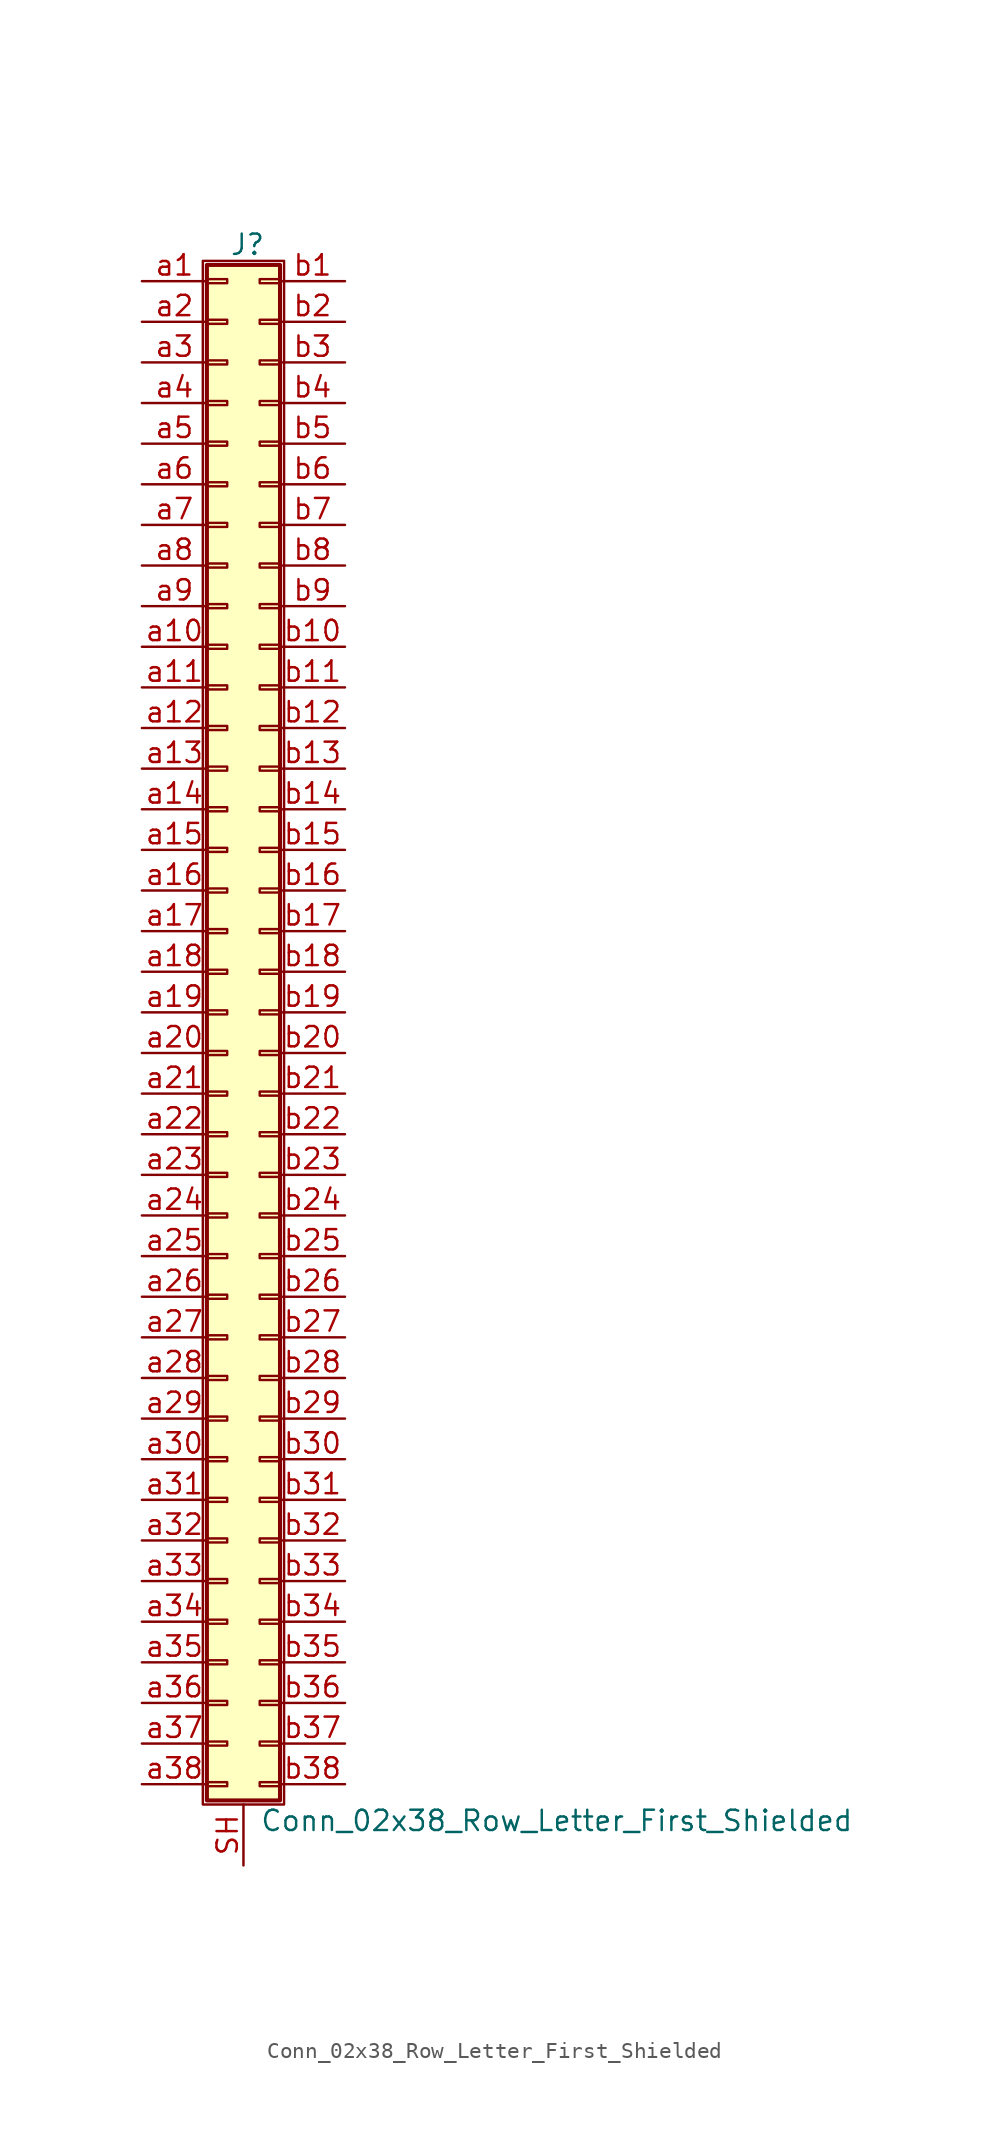
<source format=kicad_sym>
(kicad_symbol_lib
  (version 20201005)
  (generator kicad_symbol_editor)
  (symbol "Conn_02x38_Row_Letter_First_Shielded"
    (pin_names
      (offset 1.016) hide)
    (property "Reference" "J"
      (at 1.524 48.006 0)
      (effects (font (size 1.27 1.27))))
    (property "Value" "Conn_02x38_Row_Letter_First_Shielded"
      (at 2.286 -50.546 0)
      (effects (font (size 1.27 1.27)) (justify left)))
    (symbol "Conn_02x38_Row_Letter_First_Shielded_1_1"
      (rectangle (start -1.27 46.99) (end 3.81 -49.53) (stroke (width 0.152)) (fill (type none)))
      (rectangle (start -1.016 -48.133) (end 0.254 -48.387) (stroke (width 0.152)) (fill (type none)))
      (rectangle (start -1.016 -45.593) (end 0.254 -45.847) (stroke (width 0.152)) (fill (type none)))
      (rectangle (start -1.016 -43.053) (end 0.254 -43.307) (stroke (width 0.152)) (fill (type none)))
      (rectangle (start -1.016 -40.513) (end 0.254 -40.767) (stroke (width 0.152)) (fill (type none)))
      (rectangle (start -1.016 -37.973) (end 0.254 -38.227) (stroke (width 0.152)) (fill (type none)))
      (rectangle (start -1.016 -35.433) (end 0.254 -35.687) (stroke (width 0.152)) (fill (type none)))
      (rectangle (start -1.016 -32.893) (end 0.254 -33.147) (stroke (width 0.152)) (fill (type none)))
      (rectangle (start -1.016 -30.353) (end 0.254 -30.607) (stroke (width 0.152)) (fill (type none)))
      (rectangle (start -1.016 -27.813) (end 0.254 -28.067) (stroke (width 0.152)) (fill (type none)))
      (rectangle (start -1.016 -25.273) (end 0.254 -25.527) (stroke (width 0.152)) (fill (type none)))
      (rectangle (start -1.016 -22.733) (end 0.254 -22.987) (stroke (width 0.152)) (fill (type none)))
      (rectangle (start -1.016 -20.193) (end 0.254 -20.447) (stroke (width 0.152)) (fill (type none)))
      (rectangle (start -1.016 -17.653) (end 0.254 -17.907) (stroke (width 0.152)) (fill (type none)))
      (rectangle (start -1.016 -15.113) (end 0.254 -15.367) (stroke (width 0.152)) (fill (type none)))
      (rectangle (start -1.016 -12.573) (end 0.254 -12.827) (stroke (width 0.152)) (fill (type none)))
      (rectangle (start -1.016 -10.033) (end 0.254 -10.287) (stroke (width 0.152)) (fill (type none)))
      (rectangle (start -1.016 -7.493) (end 0.254 -7.747) (stroke (width 0.152)) (fill (type none)))
      (rectangle (start -1.016 -4.953) (end 0.254 -5.207) (stroke (width 0.152)) (fill (type none)))
      (rectangle (start -1.016 -2.413) (end 0.254 -2.667) (stroke (width 0.152)) (fill (type none)))
      (rectangle (start -1.016 0.127) (end 0.254 -0.127) (stroke (width 0.152)) (fill (type none)))
      (rectangle (start -1.016 2.667) (end 0.254 2.413) (stroke (width 0.152)) (fill (type none)))
      (rectangle (start -1.016 5.207) (end 0.254 4.953) (stroke (width 0.152)) (fill (type none)))
      (rectangle (start -1.016 7.747) (end 0.254 7.493) (stroke (width 0.152)) (fill (type none)))
      (rectangle (start -1.016 10.287) (end 0.254 10.033) (stroke (width 0.152)) (fill (type none)))
      (rectangle (start -1.016 12.827) (end 0.254 12.573) (stroke (width 0.152)) (fill (type none)))
      (rectangle (start -1.016 15.367) (end 0.254 15.113) (stroke (width 0.152)) (fill (type none)))
      (rectangle (start -1.016 17.907) (end 0.254 17.653) (stroke (width 0.152)) (fill (type none)))
      (rectangle (start -1.016 20.447) (end 0.254 20.193) (stroke (width 0.152)) (fill (type none)))
      (rectangle (start -1.016 22.987) (end 0.254 22.733) (stroke (width 0.152)) (fill (type none)))
      (rectangle (start -1.016 25.527) (end 0.254 25.273) (stroke (width 0.152)) (fill (type none)))
      (rectangle (start -1.016 28.067) (end 0.254 27.813) (stroke (width 0.152)) (fill (type none)))
      (rectangle (start -1.016 30.607) (end 0.254 30.353) (stroke (width 0.152)) (fill (type none)))
      (rectangle (start -1.016 33.147) (end 0.254 32.893) (stroke (width 0.152)) (fill (type none)))
      (rectangle (start -1.016 35.687) (end 0.254 35.433) (stroke (width 0.152)) (fill (type none)))
      (rectangle (start -1.016 38.227) (end 0.254 37.973) (stroke (width 0.152)) (fill (type none)))
      (rectangle (start -1.016 40.767) (end 0.254 40.513) (stroke (width 0.152)) (fill (type none)))
      (rectangle (start -1.016 43.307) (end 0.254 43.053) (stroke (width 0.152)) (fill (type none)))
      (rectangle (start -1.016 45.847) (end 0.254 45.593) (stroke (width 0.152)) (fill (type none)))
      (rectangle (start 3.556 -48.133) (end 2.286 -48.387) (stroke (width 0.152)) (fill (type none)))
      (rectangle (start 3.556 -45.593) (end 2.286 -45.847) (stroke (width 0.152)) (fill (type none)))
      (rectangle (start 3.556 -43.053) (end 2.286 -43.307) (stroke (width 0.152)) (fill (type none)))
      (rectangle (start 3.556 -40.513) (end 2.286 -40.767) (stroke (width 0.152)) (fill (type none)))
      (rectangle (start 3.556 -37.973) (end 2.286 -38.227) (stroke (width 0.152)) (fill (type none)))
      (rectangle (start 3.556 -35.433) (end 2.286 -35.687) (stroke (width 0.152)) (fill (type none)))
      (rectangle (start 3.556 -32.893) (end 2.286 -33.147) (stroke (width 0.152)) (fill (type none)))
      (rectangle (start 3.556 -30.353) (end 2.286 -30.607) (stroke (width 0.152)) (fill (type none)))
      (rectangle (start 3.556 -27.813) (end 2.286 -28.067) (stroke (width 0.152)) (fill (type none)))
      (rectangle (start 3.556 -25.273) (end 2.286 -25.527) (stroke (width 0.152)) (fill (type none)))
      (rectangle (start 3.556 -22.733) (end 2.286 -22.987) (stroke (width 0.152)) (fill (type none)))
      (rectangle (start 3.556 -20.193) (end 2.286 -20.447) (stroke (width 0.152)) (fill (type none)))
      (rectangle (start 3.556 -17.653) (end 2.286 -17.907) (stroke (width 0.152)) (fill (type none)))
      (rectangle (start 3.556 -15.113) (end 2.286 -15.367) (stroke (width 0.152)) (fill (type none)))
      (rectangle (start 3.556 -12.573) (end 2.286 -12.827) (stroke (width 0.152)) (fill (type none)))
      (rectangle (start 3.556 -10.033) (end 2.286 -10.287) (stroke (width 0.152)) (fill (type none)))
      (rectangle (start 3.556 -7.493) (end 2.286 -7.747) (stroke (width 0.152)) (fill (type none)))
      (rectangle (start 3.556 -4.953) (end 2.286 -5.207) (stroke (width 0.152)) (fill (type none)))
      (rectangle (start 3.556 -2.413) (end 2.286 -2.667) (stroke (width 0.152)) (fill (type none)))
      (rectangle (start 3.556 0.127) (end 2.286 -0.127) (stroke (width 0.152)) (fill (type none)))
      (rectangle (start 3.556 2.667) (end 2.286 2.413) (stroke (width 0.152)) (fill (type none)))
      (rectangle (start 3.556 5.207) (end 2.286 4.953) (stroke (width 0.152)) (fill (type none)))
      (rectangle (start 3.556 7.747) (end 2.286 7.493) (stroke (width 0.152)) (fill (type none)))
      (rectangle (start 3.556 10.287) (end 2.286 10.033) (stroke (width 0.152)) (fill (type none)))
      (rectangle (start 3.556 12.827) (end 2.286 12.573) (stroke (width 0.152)) (fill (type none)))
      (rectangle (start 3.556 15.367) (end 2.286 15.113) (stroke (width 0.152)) (fill (type none)))
      (rectangle (start 3.556 17.907) (end 2.286 17.653) (stroke (width 0.152)) (fill (type none)))
      (rectangle (start 3.556 20.447) (end 2.286 20.193) (stroke (width 0.152)) (fill (type none)))
      (rectangle (start 3.556 22.987) (end 2.286 22.733) (stroke (width 0.152)) (fill (type none)))
      (rectangle (start 3.556 25.527) (end 2.286 25.273) (stroke (width 0.152)) (fill (type none)))
      (rectangle (start 3.556 28.067) (end 2.286 27.813) (stroke (width 0.152)) (fill (type none)))
      (rectangle (start 3.556 30.607) (end 2.286 30.353) (stroke (width 0.152)) (fill (type none)))
      (rectangle (start 3.556 33.147) (end 2.286 32.893) (stroke (width 0.152)) (fill (type none)))
      (rectangle (start 3.556 35.687) (end 2.286 35.433) (stroke (width 0.152)) (fill (type none)))
      (rectangle (start 3.556 38.227) (end 2.286 37.973) (stroke (width 0.152)) (fill (type none)))
      (rectangle (start 3.556 40.767) (end 2.286 40.513) (stroke (width 0.152)) (fill (type none)))
      (rectangle (start 3.556 43.307) (end 2.286 43.053) (stroke (width 0.152)) (fill (type none)))
      (rectangle (start 3.556 45.847) (end 2.286 45.593) (stroke (width 0.152)) (fill (type none)))
      (rectangle (start -1.016 46.736) (end 3.556 -49.276) (stroke (width 0.254)) (fill (type background)))
      (pin passive line (at 1.27 -53.34 90) (length 3.81) (name "Shield" (effects (font (size 1.27 1.27)))) (number "SH" (effects (font (size 1.27 1.27)))))
      (pin passive line (at -5.08 45.72 0) (length 4.064) (name "Pin_a1" (effects (font (size 1.27 1.27)))) (number "a1" (effects (font (size 1.27 1.27)))))
      (pin passive line (at -5.08 22.86 0) (length 4.064) (name "Pin_a10" (effects (font (size 1.27 1.27)))) (number "a10" (effects (font (size 1.27 1.27)))))
      (pin passive line (at -5.08 20.32 0) (length 4.064) (name "Pin_a11" (effects (font (size 1.27 1.27)))) (number "a11" (effects (font (size 1.27 1.27)))))
      (pin passive line (at -5.08 17.78 0) (length 4.064) (name "Pin_a12" (effects (font (size 1.27 1.27)))) (number "a12" (effects (font (size 1.27 1.27)))))
      (pin passive line (at -5.08 15.24 0) (length 4.064) (name "Pin_a13" (effects (font (size 1.27 1.27)))) (number "a13" (effects (font (size 1.27 1.27)))))
      (pin passive line (at -5.08 12.7 0) (length 4.064) (name "Pin_a14" (effects (font (size 1.27 1.27)))) (number "a14" (effects (font (size 1.27 1.27)))))
      (pin passive line (at -5.08 10.16 0) (length 4.064) (name "Pin_a15" (effects (font (size 1.27 1.27)))) (number "a15" (effects (font (size 1.27 1.27)))))
      (pin passive line (at -5.08 7.62 0) (length 4.064) (name "Pin_a16" (effects (font (size 1.27 1.27)))) (number "a16" (effects (font (size 1.27 1.27)))))
      (pin passive line (at -5.08 5.08 0) (length 4.064) (name "Pin_a17" (effects (font (size 1.27 1.27)))) (number "a17" (effects (font (size 1.27 1.27)))))
      (pin passive line (at -5.08 2.54 0) (length 4.064) (name "Pin_a18" (effects (font (size 1.27 1.27)))) (number "a18" (effects (font (size 1.27 1.27)))))
      (pin passive line (at -5.08 0 0) (length 4.064) (name "Pin_a19" (effects (font (size 1.27 1.27)))) (number "a19" (effects (font (size 1.27 1.27)))))
      (pin passive line (at -5.08 43.18 0) (length 4.064) (name "Pin_a2" (effects (font (size 1.27 1.27)))) (number "a2" (effects (font (size 1.27 1.27)))))
      (pin passive line (at -5.08 -2.54 0) (length 4.064) (name "Pin_a20" (effects (font (size 1.27 1.27)))) (number "a20" (effects (font (size 1.27 1.27)))))
      (pin passive line (at -5.08 -5.08 0) (length 4.064) (name "Pin_a21" (effects (font (size 1.27 1.27)))) (number "a21" (effects (font (size 1.27 1.27)))))
      (pin passive line (at -5.08 -7.62 0) (length 4.064) (name "Pin_a22" (effects (font (size 1.27 1.27)))) (number "a22" (effects (font (size 1.27 1.27)))))
      (pin passive line (at -5.08 -10.16 0) (length 4.064) (name "Pin_a23" (effects (font (size 1.27 1.27)))) (number "a23" (effects (font (size 1.27 1.27)))))
      (pin passive line (at -5.08 -12.7 0) (length 4.064) (name "Pin_a24" (effects (font (size 1.27 1.27)))) (number "a24" (effects (font (size 1.27 1.27)))))
      (pin passive line (at -5.08 -15.24 0) (length 4.064) (name "Pin_a25" (effects (font (size 1.27 1.27)))) (number "a25" (effects (font (size 1.27 1.27)))))
      (pin passive line (at -5.08 -17.78 0) (length 4.064) (name "Pin_a26" (effects (font (size 1.27 1.27)))) (number "a26" (effects (font (size 1.27 1.27)))))
      (pin passive line (at -5.08 -20.32 0) (length 4.064) (name "Pin_a27" (effects (font (size 1.27 1.27)))) (number "a27" (effects (font (size 1.27 1.27)))))
      (pin passive line (at -5.08 -22.86 0) (length 4.064) (name "Pin_a28" (effects (font (size 1.27 1.27)))) (number "a28" (effects (font (size 1.27 1.27)))))
      (pin passive line (at -5.08 -25.4 0) (length 4.064) (name "Pin_a29" (effects (font (size 1.27 1.27)))) (number "a29" (effects (font (size 1.27 1.27)))))
      (pin passive line (at -5.08 40.64 0) (length 4.064) (name "Pin_a3" (effects (font (size 1.27 1.27)))) (number "a3" (effects (font (size 1.27 1.27)))))
      (pin passive line (at -5.08 -27.94 0) (length 4.064) (name "Pin_a30" (effects (font (size 1.27 1.27)))) (number "a30" (effects (font (size 1.27 1.27)))))
      (pin passive line (at -5.08 -30.48 0) (length 4.064) (name "Pin_a31" (effects (font (size 1.27 1.27)))) (number "a31" (effects (font (size 1.27 1.27)))))
      (pin passive line (at -5.08 -33.02 0) (length 4.064) (name "Pin_a32" (effects (font (size 1.27 1.27)))) (number "a32" (effects (font (size 1.27 1.27)))))
      (pin passive line (at -5.08 -35.56 0) (length 4.064) (name "Pin_a33" (effects (font (size 1.27 1.27)))) (number "a33" (effects (font (size 1.27 1.27)))))
      (pin passive line (at -5.08 -38.1 0) (length 4.064) (name "Pin_a34" (effects (font (size 1.27 1.27)))) (number "a34" (effects (font (size 1.27 1.27)))))
      (pin passive line (at -5.08 -40.64 0) (length 4.064) (name "Pin_a35" (effects (font (size 1.27 1.27)))) (number "a35" (effects (font (size 1.27 1.27)))))
      (pin passive line (at -5.08 -43.18 0) (length 4.064) (name "Pin_a36" (effects (font (size 1.27 1.27)))) (number "a36" (effects (font (size 1.27 1.27)))))
      (pin passive line (at -5.08 -45.72 0) (length 4.064) (name "Pin_a37" (effects (font (size 1.27 1.27)))) (number "a37" (effects (font (size 1.27 1.27)))))
      (pin passive line (at -5.08 -48.26 0) (length 4.064) (name "Pin_a38" (effects (font (size 1.27 1.27)))) (number "a38" (effects (font (size 1.27 1.27)))))
      (pin passive line (at -5.08 38.1 0) (length 4.064) (name "Pin_a4" (effects (font (size 1.27 1.27)))) (number "a4" (effects (font (size 1.27 1.27)))))
      (pin passive line (at -5.08 35.56 0) (length 4.064) (name "Pin_a5" (effects (font (size 1.27 1.27)))) (number "a5" (effects (font (size 1.27 1.27)))))
      (pin passive line (at -5.08 33.02 0) (length 4.064) (name "Pin_a6" (effects (font (size 1.27 1.27)))) (number "a6" (effects (font (size 1.27 1.27)))))
      (pin passive line (at -5.08 30.48 0) (length 4.064) (name "Pin_a7" (effects (font (size 1.27 1.27)))) (number "a7" (effects (font (size 1.27 1.27)))))
      (pin passive line (at -5.08 27.94 0) (length 4.064) (name "Pin_a8" (effects (font (size 1.27 1.27)))) (number "a8" (effects (font (size 1.27 1.27)))))
      (pin passive line (at -5.08 25.4 0) (length 4.064) (name "Pin_a9" (effects (font (size 1.27 1.27)))) (number "a9" (effects (font (size 1.27 1.27)))))
      (pin passive line (at 7.62 45.72 180) (length 4.064) (name "Pin_b1" (effects (font (size 1.27 1.27)))) (number "b1" (effects (font (size 1.27 1.27)))))
      (pin passive line (at 7.62 22.86 180) (length 4.064) (name "Pin_b10" (effects (font (size 1.27 1.27)))) (number "b10" (effects (font (size 1.27 1.27)))))
      (pin passive line (at 7.62 20.32 180) (length 4.064) (name "Pin_b11" (effects (font (size 1.27 1.27)))) (number "b11" (effects (font (size 1.27 1.27)))))
      (pin passive line (at 7.62 17.78 180) (length 4.064) (name "Pin_b12" (effects (font (size 1.27 1.27)))) (number "b12" (effects (font (size 1.27 1.27)))))
      (pin passive line (at 7.62 15.24 180) (length 4.064) (name "Pin_b13" (effects (font (size 1.27 1.27)))) (number "b13" (effects (font (size 1.27 1.27)))))
      (pin passive line (at 7.62 12.7 180) (length 4.064) (name "Pin_b14" (effects (font (size 1.27 1.27)))) (number "b14" (effects (font (size 1.27 1.27)))))
      (pin passive line (at 7.62 10.16 180) (length 4.064) (name "Pin_b15" (effects (font (size 1.27 1.27)))) (number "b15" (effects (font (size 1.27 1.27)))))
      (pin passive line (at 7.62 7.62 180) (length 4.064) (name "Pin_b16" (effects (font (size 1.27 1.27)))) (number "b16" (effects (font (size 1.27 1.27)))))
      (pin passive line (at 7.62 5.08 180) (length 4.064) (name "Pin_b17" (effects (font (size 1.27 1.27)))) (number "b17" (effects (font (size 1.27 1.27)))))
      (pin passive line (at 7.62 2.54 180) (length 4.064) (name "Pin_b18" (effects (font (size 1.27 1.27)))) (number "b18" (effects (font (size 1.27 1.27)))))
      (pin passive line (at 7.62 0 180) (length 4.064) (name "Pin_b19" (effects (font (size 1.27 1.27)))) (number "b19" (effects (font (size 1.27 1.27)))))
      (pin passive line (at 7.62 43.18 180) (length 4.064) (name "Pin_b2" (effects (font (size 1.27 1.27)))) (number "b2" (effects (font (size 1.27 1.27)))))
      (pin passive line (at 7.62 -2.54 180) (length 4.064) (name "Pin_b20" (effects (font (size 1.27 1.27)))) (number "b20" (effects (font (size 1.27 1.27)))))
      (pin passive line (at 7.62 -5.08 180) (length 4.064) (name "Pin_b21" (effects (font (size 1.27 1.27)))) (number "b21" (effects (font (size 1.27 1.27)))))
      (pin passive line (at 7.62 -7.62 180) (length 4.064) (name "Pin_b22" (effects (font (size 1.27 1.27)))) (number "b22" (effects (font (size 1.27 1.27)))))
      (pin passive line (at 7.62 -10.16 180) (length 4.064) (name "Pin_b23" (effects (font (size 1.27 1.27)))) (number "b23" (effects (font (size 1.27 1.27)))))
      (pin passive line (at 7.62 -12.7 180) (length 4.064) (name "Pin_b24" (effects (font (size 1.27 1.27)))) (number "b24" (effects (font (size 1.27 1.27)))))
      (pin passive line (at 7.62 -15.24 180) (length 4.064) (name "Pin_b25" (effects (font (size 1.27 1.27)))) (number "b25" (effects (font (size 1.27 1.27)))))
      (pin passive line (at 7.62 -17.78 180) (length 4.064) (name "Pin_b26" (effects (font (size 1.27 1.27)))) (number "b26" (effects (font (size 1.27 1.27)))))
      (pin passive line (at 7.62 -20.32 180) (length 4.064) (name "Pin_b27" (effects (font (size 1.27 1.27)))) (number "b27" (effects (font (size 1.27 1.27)))))
      (pin passive line (at 7.62 -22.86 180) (length 4.064) (name "Pin_b28" (effects (font (size 1.27 1.27)))) (number "b28" (effects (font (size 1.27 1.27)))))
      (pin passive line (at 7.62 -25.4 180) (length 4.064) (name "Pin_b29" (effects (font (size 1.27 1.27)))) (number "b29" (effects (font (size 1.27 1.27)))))
      (pin passive line (at 7.62 40.64 180) (length 4.064) (name "Pin_b3" (effects (font (size 1.27 1.27)))) (number "b3" (effects (font (size 1.27 1.27)))))
      (pin passive line (at 7.62 -27.94 180) (length 4.064) (name "Pin_b30" (effects (font (size 1.27 1.27)))) (number "b30" (effects (font (size 1.27 1.27)))))
      (pin passive line (at 7.62 -30.48 180) (length 4.064) (name "Pin_b31" (effects (font (size 1.27 1.27)))) (number "b31" (effects (font (size 1.27 1.27)))))
      (pin passive line (at 7.62 -33.02 180) (length 4.064) (name "Pin_b32" (effects (font (size 1.27 1.27)))) (number "b32" (effects (font (size 1.27 1.27)))))
      (pin passive line (at 7.62 -35.56 180) (length 4.064) (name "Pin_b33" (effects (font (size 1.27 1.27)))) (number "b33" (effects (font (size 1.27 1.27)))))
      (pin passive line (at 7.62 -38.1 180) (length 4.064) (name "Pin_b34" (effects (font (size 1.27 1.27)))) (number "b34" (effects (font (size 1.27 1.27)))))
      (pin passive line (at 7.62 -40.64 180) (length 4.064) (name "Pin_b35" (effects (font (size 1.27 1.27)))) (number "b35" (effects (font (size 1.27 1.27)))))
      (pin passive line (at 7.62 -43.18 180) (length 4.064) (name "Pin_b36" (effects (font (size 1.27 1.27)))) (number "b36" (effects (font (size 1.27 1.27)))))
      (pin passive line (at 7.62 -45.72 180) (length 4.064) (name "Pin_b37" (effects (font (size 1.27 1.27)))) (number "b37" (effects (font (size 1.27 1.27)))))
      (pin passive line (at 7.62 -48.26 180) (length 4.064) (name "Pin_b38" (effects (font (size 1.27 1.27)))) (number "b38" (effects (font (size 1.27 1.27)))))
      (pin passive line (at 7.62 38.1 180) (length 4.064) (name "Pin_b4" (effects (font (size 1.27 1.27)))) (number "b4" (effects (font (size 1.27 1.27)))))
      (pin passive line (at 7.62 35.56 180) (length 4.064) (name "Pin_b5" (effects (font (size 1.27 1.27)))) (number "b5" (effects (font (size 1.27 1.27)))))
      (pin passive line (at 7.62 33.02 180) (length 4.064) (name "Pin_b6" (effects (font (size 1.27 1.27)))) (number "b6" (effects (font (size 1.27 1.27)))))
      (pin passive line (at 7.62 30.48 180) (length 4.064) (name "Pin_b7" (effects (font (size 1.27 1.27)))) (number "b7" (effects (font (size 1.27 1.27)))))
      (pin passive line (at 7.62 27.94 180) (length 4.064) (name "Pin_b8" (effects (font (size 1.27 1.27)))) (number "b8" (effects (font (size 1.27 1.27)))))
      (pin passive line (at 7.62 25.4 180) (length 4.064) (name "Pin_b9" (effects (font (size 1.27 1.27)))) (number "b9" (effects (font (size 1.27 1.27))))))))
</source>
